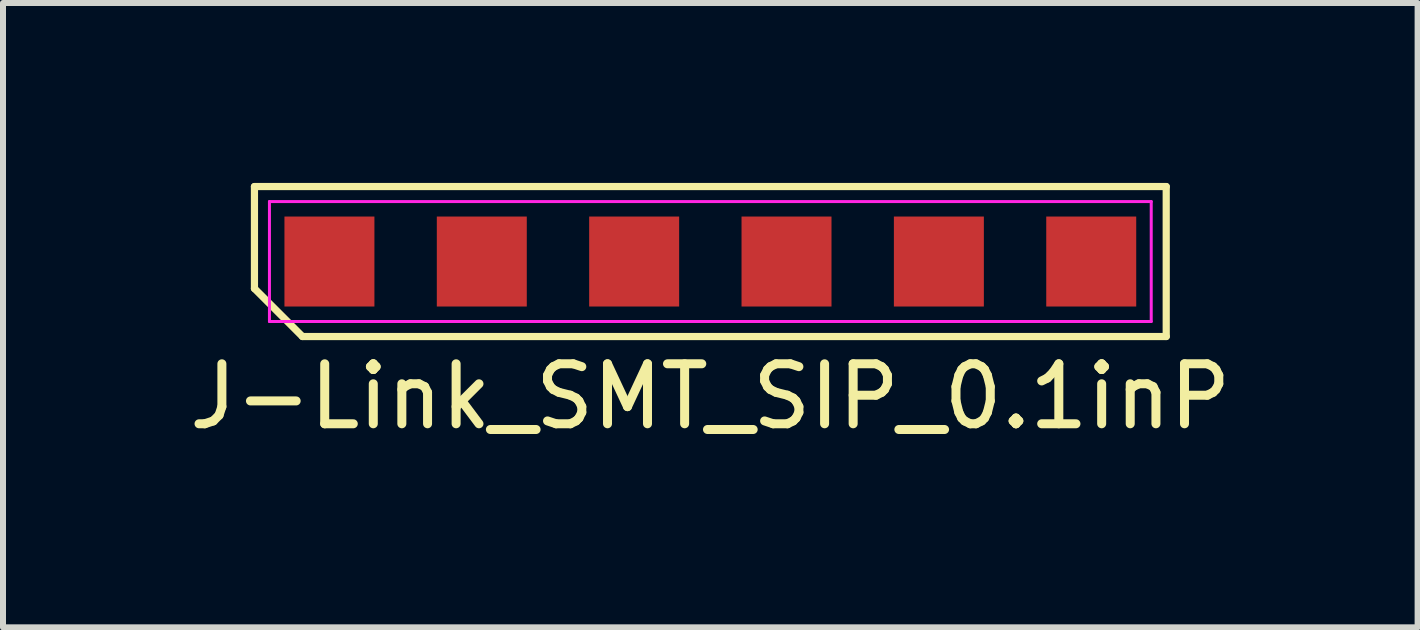
<source format=kicad_pcb>
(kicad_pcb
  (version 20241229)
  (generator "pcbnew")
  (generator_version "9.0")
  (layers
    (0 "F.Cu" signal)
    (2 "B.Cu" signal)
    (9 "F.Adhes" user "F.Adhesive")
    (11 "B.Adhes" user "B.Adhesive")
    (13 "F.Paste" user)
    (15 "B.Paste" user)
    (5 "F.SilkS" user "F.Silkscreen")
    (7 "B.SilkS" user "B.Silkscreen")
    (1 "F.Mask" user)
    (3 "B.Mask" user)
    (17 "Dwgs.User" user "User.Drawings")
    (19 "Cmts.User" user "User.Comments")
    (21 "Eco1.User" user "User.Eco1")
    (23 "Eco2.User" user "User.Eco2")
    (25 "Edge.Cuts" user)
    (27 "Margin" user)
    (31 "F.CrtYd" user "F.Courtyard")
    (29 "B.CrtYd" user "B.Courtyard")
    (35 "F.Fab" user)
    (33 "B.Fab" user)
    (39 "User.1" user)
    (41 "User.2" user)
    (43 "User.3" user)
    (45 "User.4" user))
  (footprint "J-Link_SMT_SIP_0.1inP"
    (layer "F.Cu")
    (at 8.792 1.31)
    (property "Reference" "J-Link_SMT_SIP_0.1inP" (at 0 2.25 0) (layer "F.SilkS") (effects (font (size 1 1) (thickness 0.15))))
    (attr through_hole)
    (fp_line (start -7.6 -1.25) (end 7.6 -1.25) (stroke (width 0.12) (type default)) (layer "F.SilkS"))
    (fp_line (start -7.6 0.45) (end -7.6 -1.25) (stroke (width 0.12) (type default)) (layer "F.SilkS"))
    (fp_line (start -6.8 1.25) (end -7.6 0.45) (stroke (width 0.12) (type default)) (layer "F.SilkS"))
    (fp_line (start 7.6 -1.25) (end 7.6 1.25) (stroke (width 0.12) (type default)) (layer "F.SilkS"))
    (fp_line (start 7.6 1.25) (end -6.8 1.25) (stroke (width 0.12) (type default)) (layer "F.SilkS"))
    (fp_line (start -7.35 -1) (end 7.35 -1) (stroke (width 0.05) (type default)) (layer "F.CrtYd"))
    (fp_line (start -7.35 1) (end -7.35 -1) (stroke (width 0.05) (type default)) (layer "F.CrtYd"))
    (fp_line (start 7.35 -1) (end 7.35 1) (stroke (width 0.05) (type default)) (layer "F.CrtYd"))
    (fp_line (start 7.35 1) (end -7.35 1) (stroke (width 0.05) (type default)) (layer "F.CrtYd"))
    (pad "1" smd rect (at -6.35 0) (size 1.5 1.5) (layers "F.Cu" "F.Mask" "F.Paste"))
    (pad "2" smd rect (at -3.81 0) (size 1.5 1.5) (layers "F.Cu" "F.Mask" "F.Paste"))
    (pad "3" smd rect (at -1.27 0) (size 1.5 1.5) (layers "F.Cu" "F.Mask" "F.Paste"))
    (pad "4" smd rect (at 1.27 0) (size 1.5 1.5) (layers "F.Cu" "F.Mask" "F.Paste"))
    (pad "5" smd rect (at 3.81 0) (size 1.5 1.5) (layers "F.Cu" "F.Mask" "F.Paste"))
    (pad "6" smd rect (at 6.35 0) (size 1.5 1.5) (layers "F.Cu" "F.Mask" "F.Paste")))
  (gr_rect
    (start -3 -3)
    (end 20.583 7.408)
    (stroke (width 0.1) (type default))
    (fill no)
    (layer "Edge.Cuts")))
</source>
